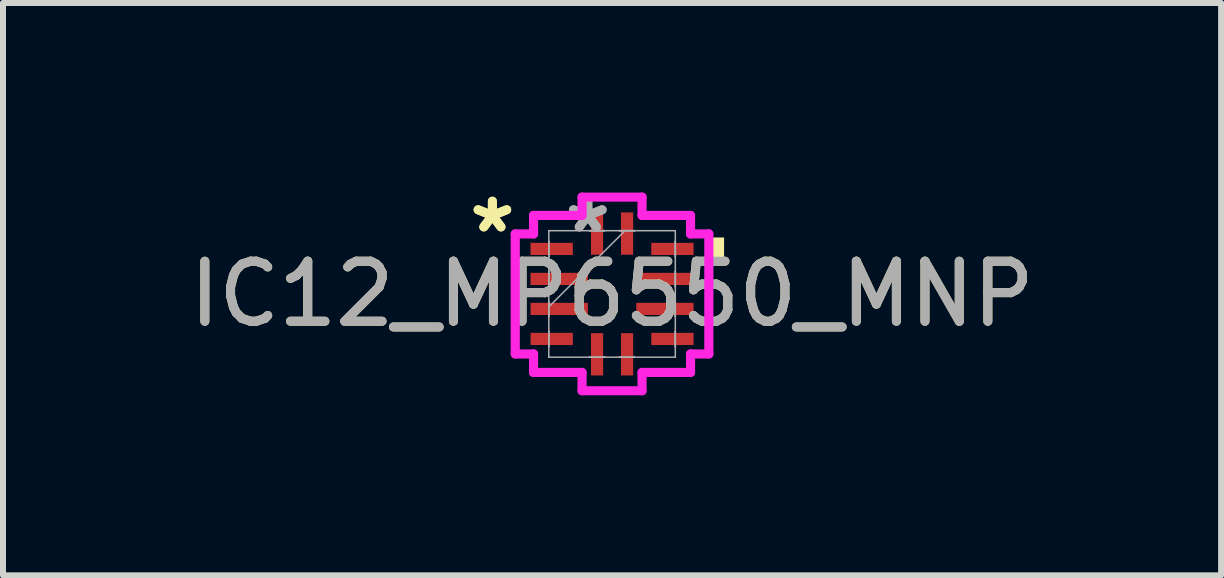
<source format=kicad_pcb>
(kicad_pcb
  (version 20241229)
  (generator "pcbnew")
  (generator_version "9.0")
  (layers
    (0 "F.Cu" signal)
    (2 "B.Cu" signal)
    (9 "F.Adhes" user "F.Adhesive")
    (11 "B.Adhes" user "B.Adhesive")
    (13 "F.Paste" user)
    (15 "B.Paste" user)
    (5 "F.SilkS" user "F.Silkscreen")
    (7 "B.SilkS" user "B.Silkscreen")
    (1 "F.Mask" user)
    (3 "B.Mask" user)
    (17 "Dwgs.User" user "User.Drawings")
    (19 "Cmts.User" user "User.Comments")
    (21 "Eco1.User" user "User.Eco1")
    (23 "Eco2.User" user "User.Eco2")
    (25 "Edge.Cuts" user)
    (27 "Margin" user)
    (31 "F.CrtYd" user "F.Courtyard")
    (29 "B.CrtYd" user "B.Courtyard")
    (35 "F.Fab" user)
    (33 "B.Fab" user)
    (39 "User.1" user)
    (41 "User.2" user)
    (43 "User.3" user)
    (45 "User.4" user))
  (footprint "IC12_MP6550_MNP"
    (layer "F.Cu")
    (at 7.149 1.848)
    (property "Reference" "IC12_MP6550_MNP" (at 0 0 0) (unlocked yes) (layer "F.SilkS") (effects (font (size 1 1) (thickness 0.15))))
    (attr smd)
    (fp_poly (pts (xy 1.867 -0.941) (xy 1.867 -0.56) (xy 1.613 -0.56) (xy 1.613 -0.941)) (stroke (width 0) (type solid)) (fill yes) (layer "F.SilkS"))
    (fp_line (start -1.613 -1) (end -1.308 -1) (stroke (width 0.152) (type solid)) (layer "F.CrtYd"))
    (fp_line (start -1.613 1) (end -1.613 -1) (stroke (width 0.152) (type solid)) (layer "F.CrtYd"))
    (fp_line (start -1.308 -1.308) (end -0.5 -1.308) (stroke (width 0.152) (type solid)) (layer "F.CrtYd"))
    (fp_line (start -1.308 -1) (end -1.308 -1.308) (stroke (width 0.152) (type solid)) (layer "F.CrtYd"))
    (fp_line (start -1.308 1) (end -1.613 1) (stroke (width 0.152) (type solid)) (layer "F.CrtYd"))
    (fp_line (start -1.308 1.308) (end -1.308 1) (stroke (width 0.152) (type solid)) (layer "F.CrtYd"))
    (fp_line (start -0.5 -1.613) (end 0.5 -1.613) (stroke (width 0.152) (type solid)) (layer "F.CrtYd"))
    (fp_line (start -0.5 -1.308) (end -0.5 -1.613) (stroke (width 0.152) (type solid)) (layer "F.CrtYd"))
    (fp_line (start -0.5 1.308) (end -1.308 1.308) (stroke (width 0.152) (type solid)) (layer "F.CrtYd"))
    (fp_line (start -0.5 1.613) (end -0.5 1.308) (stroke (width 0.152) (type solid)) (layer "F.CrtYd"))
    (fp_line (start 0.5 -1.613) (end 0.5 -1.308) (stroke (width 0.152) (type solid)) (layer "F.CrtYd"))
    (fp_line (start 0.5 -1.308) (end 1.308 -1.308) (stroke (width 0.152) (type solid)) (layer "F.CrtYd"))
    (fp_line (start 0.5 1.308) (end 0.5 1.613) (stroke (width 0.152) (type solid)) (layer "F.CrtYd"))
    (fp_line (start 0.5 1.613) (end -0.5 1.613) (stroke (width 0.152) (type solid)) (layer "F.CrtYd"))
    (fp_line (start 1.308 -1.308) (end 1.308 -1) (stroke (width 0.152) (type solid)) (layer "F.CrtYd"))
    (fp_line (start 1.308 -1) (end 1.613 -1) (stroke (width 0.152) (type solid)) (layer "F.CrtYd"))
    (fp_line (start 1.308 1) (end 1.308 1.308) (stroke (width 0.152) (type solid)) (layer "F.CrtYd"))
    (fp_line (start 1.308 1.308) (end 0.5 1.308) (stroke (width 0.152) (type solid)) (layer "F.CrtYd"))
    (fp_line (start 1.613 -1) (end 1.613 1) (stroke (width 0.152) (type solid)) (layer "F.CrtYd"))
    (fp_line (start 1.613 1) (end 1.308 1) (stroke (width 0.152) (type solid)) (layer "F.CrtYd"))
    (fp_line (start -1.054 -1.054) (end -1.054 -1.054) (stroke (width 0.025) (type solid)) (layer "F.Fab"))
    (fp_line (start -1.054 -1.054) (end -1.054 1.054) (stroke (width 0.025) (type solid)) (layer "F.Fab"))
    (fp_line (start -1.054 -0.877) (end -1.054 -0.877) (stroke (width 0.025) (type solid)) (layer "F.Fab"))
    (fp_line (start -1.054 -0.877) (end -1.054 -0.623) (stroke (width 0.025) (type solid)) (layer "F.Fab"))
    (fp_line (start -1.054 -0.623) (end -1.054 -0.877) (stroke (width 0.025) (type solid)) (layer "F.Fab"))
    (fp_line (start -1.054 -0.623) (end -1.054 -0.623) (stroke (width 0.025) (type solid)) (layer "F.Fab"))
    (fp_line (start -1.054 -0.377) (end -1.054 -0.377) (stroke (width 0.025) (type solid)) (layer "F.Fab"))
    (fp_line (start -1.054 -0.377) (end -1.054 -0.123) (stroke (width 0.025) (type solid)) (layer "F.Fab"))
    (fp_line (start -1.054 -0.123) (end -1.054 -0.377) (stroke (width 0.025) (type solid)) (layer "F.Fab"))
    (fp_line (start -1.054 -0.123) (end -1.054 -0.123) (stroke (width 0.025) (type solid)) (layer "F.Fab"))
    (fp_line (start -1.054 0.123) (end -1.054 0.123) (stroke (width 0.025) (type solid)) (layer "F.Fab"))
    (fp_line (start -1.054 0.123) (end -1.054 0.377) (stroke (width 0.025) (type solid)) (layer "F.Fab"))
    (fp_line (start -1.054 0.216) (end 0.216 -1.054) (stroke (width 0.025) (type solid)) (layer "F.Fab"))
    (fp_line (start -1.054 0.377) (end -1.054 0.123) (stroke (width 0.025) (type solid)) (layer "F.Fab"))
    (fp_line (start -1.054 0.377) (end -1.054 0.377) (stroke (width 0.025) (type solid)) (layer "F.Fab"))
    (fp_line (start -1.054 0.623) (end -1.054 0.623) (stroke (width 0.025) (type solid)) (layer "F.Fab"))
    (fp_line (start -1.054 0.623) (end -1.054 0.877) (stroke (width 0.025) (type solid)) (layer "F.Fab"))
    (fp_line (start -1.054 0.877) (end -1.054 0.623) (stroke (width 0.025) (type solid)) (layer "F.Fab"))
    (fp_line (start -1.054 0.877) (end -1.054 0.877) (stroke (width 0.025) (type solid)) (layer "F.Fab"))
    (fp_line (start -1.054 1.054) (end -1.054 1.054) (stroke (width 0.025) (type solid)) (layer "F.Fab"))
    (fp_line (start -1.054 1.054) (end 1.054 1.054) (stroke (width 0.025) (type solid)) (layer "F.Fab"))
    (fp_line (start -0.377 -1.054) (end -0.377 -1.054) (stroke (width 0.025) (type solid)) (layer "F.Fab"))
    (fp_line (start -0.377 -1.054) (end -0.123 -1.054) (stroke (width 0.025) (type solid)) (layer "F.Fab"))
    (fp_line (start -0.377 1.054) (end -0.377 1.054) (stroke (width 0.025) (type solid)) (layer "F.Fab"))
    (fp_line (start -0.377 1.054) (end -0.123 1.054) (stroke (width 0.025) (type solid)) (layer "F.Fab"))
    (fp_line (start -0.123 -1.054) (end -0.377 -1.054) (stroke (width 0.025) (type solid)) (layer "F.Fab"))
    (fp_line (start -0.123 -1.054) (end -0.123 -1.054) (stroke (width 0.025) (type solid)) (layer "F.Fab"))
    (fp_line (start -0.123 1.054) (end -0.377 1.054) (stroke (width 0.025) (type solid)) (layer "F.Fab"))
    (fp_line (start -0.123 1.054) (end -0.123 1.054) (stroke (width 0.025) (type solid)) (layer "F.Fab"))
    (fp_line (start 0.123 -1.054) (end 0.123 -1.054) (stroke (width 0.025) (type solid)) (layer "F.Fab"))
    (fp_line (start 0.123 -1.054) (end 0.377 -1.054) (stroke (width 0.025) (type solid)) (layer "F.Fab"))
    (fp_line (start 0.123 1.054) (end 0.123 1.054) (stroke (width 0.025) (type solid)) (layer "F.Fab"))
    (fp_line (start 0.123 1.054) (end 0.377 1.054) (stroke (width 0.025) (type solid)) (layer "F.Fab"))
    (fp_line (start 0.377 -1.054) (end 0.123 -1.054) (stroke (width 0.025) (type solid)) (layer "F.Fab"))
    (fp_line (start 0.377 -1.054) (end 0.377 -1.054) (stroke (width 0.025) (type solid)) (layer "F.Fab"))
    (fp_line (start 0.377 1.054) (end 0.123 1.054) (stroke (width 0.025) (type solid)) (layer "F.Fab"))
    (fp_line (start 0.377 1.054) (end 0.377 1.054) (stroke (width 0.025) (type solid)) (layer "F.Fab"))
    (fp_line (start 1.054 -1.054) (end -1.054 -1.054) (stroke (width 0.025) (type solid)) (layer "F.Fab"))
    (fp_line (start 1.054 -1.054) (end 1.054 -1.054) (stroke (width 0.025) (type solid)) (layer "F.Fab"))
    (fp_line (start 1.054 -0.877) (end 1.054 -0.877) (stroke (width 0.025) (type solid)) (layer "F.Fab"))
    (fp_line (start 1.054 -0.877) (end 1.054 -0.623) (stroke (width 0.025) (type solid)) (layer "F.Fab"))
    (fp_line (start 1.054 -0.623) (end 1.054 -0.877) (stroke (width 0.025) (type solid)) (layer "F.Fab"))
    (fp_line (start 1.054 -0.623) (end 1.054 -0.623) (stroke (width 0.025) (type solid)) (layer "F.Fab"))
    (fp_line (start 1.054 -0.377) (end 1.054 -0.377) (stroke (width 0.025) (type solid)) (layer "F.Fab"))
    (fp_line (start 1.054 -0.377) (end 1.054 -0.123) (stroke (width 0.025) (type solid)) (layer "F.Fab"))
    (fp_line (start 1.054 -0.123) (end 1.054 -0.377) (stroke (width 0.025) (type solid)) (layer "F.Fab"))
    (fp_line (start 1.054 -0.123) (end 1.054 -0.123) (stroke (width 0.025) (type solid)) (layer "F.Fab"))
    (fp_line (start 1.054 0.123) (end 1.054 0.123) (stroke (width 0.025) (type solid)) (layer "F.Fab"))
    (fp_line (start 1.054 0.123) (end 1.054 0.377) (stroke (width 0.025) (type solid)) (layer "F.Fab"))
    (fp_line (start 1.054 0.377) (end 1.054 0.123) (stroke (width 0.025) (type solid)) (layer "F.Fab"))
    (fp_line (start 1.054 0.377) (end 1.054 0.377) (stroke (width 0.025) (type solid)) (layer "F.Fab"))
    (fp_line (start 1.054 0.623) (end 1.054 0.623) (stroke (width 0.025) (type solid)) (layer "F.Fab"))
    (fp_line (start 1.054 0.623) (end 1.054 0.877) (stroke (width 0.025) (type solid)) (layer "F.Fab"))
    (fp_line (start 1.054 0.877) (end 1.054 0.623) (stroke (width 0.025) (type solid)) (layer "F.Fab"))
    (fp_line (start 1.054 0.877) (end 1.054 0.877) (stroke (width 0.025) (type solid)) (layer "F.Fab"))
    (fp_line (start 1.054 1.054) (end 1.054 -1.054) (stroke (width 0.025) (type solid)) (layer "F.Fab"))
    (fp_line (start 1.054 1.054) (end 1.054 1.054) (stroke (width 0.025) (type solid)) (layer "F.Fab"))
    (fp_text user "*" (at -1.994 -1 0) (layer "F.SilkS") (effects (font (size 1 1) (thickness 0.15))))
    (fp_text user "*" (at -1.994 -1 0) (unlocked yes) (layer "F.SilkS") (effects (font (size 1 1) (thickness 0.15))))
    (fp_text user "*" (at -0.404 -1 0) (layer "F.Fab") (effects (font (size 1 1) (thickness 0.15))))
    (fp_text user "*" (at -0.404 -1 0) (unlocked yes) (layer "F.Fab") (effects (font (size 1 1) (thickness 0.15))))
    (fp_text user "${REFERENCE}" (at 0 0 0) (unlocked yes) (layer "F.Fab") (effects (font (size 1 1) (thickness 0.15))))
    (pad "1" smd rect (at -1.006 -0.75 90) (size 0.203 0.705) (layers "F.Cu" "F.Mask" "F.Paste"))
    (pad "2" smd rect (at -0.881 -0.25 90) (size 0.203 0.955) (layers "F.Cu" "F.Mask" "F.Paste"))
    (pad "3" smd rect (at -0.881 0.25 90) (size 0.203 0.955) (layers "F.Cu" "F.Mask" "F.Paste"))
    (pad "4" smd rect (at -1.006 0.75 90) (size 0.203 0.705) (layers "F.Cu" "F.Mask" "F.Paste"))
    (pad "5" smd rect (at -0.25 1.006) (size 0.203 0.705) (layers "F.Cu" "F.Mask" "F.Paste"))
    (pad "6" smd rect (at 0.25 1.006) (size 0.203 0.705) (layers "F.Cu" "F.Mask" "F.Paste"))
    (pad "7" smd rect (at 1.006 0.75 90) (size 0.203 0.705) (layers "F.Cu" "F.Mask" "F.Paste"))
    (pad "8" smd rect (at 0.881 0.25 90) (size 0.203 0.955) (layers "F.Cu" "F.Mask" "F.Paste"))
    (pad "9" smd rect (at 0.881 -0.25 90) (size 0.203 0.955) (layers "F.Cu" "F.Mask" "F.Paste"))
    (pad "10" smd rect (at 1.006 -0.75 90) (size 0.203 0.705) (layers "F.Cu" "F.Mask" "F.Paste"))
    (pad "11" smd rect (at 0.25 -1.006) (size 0.203 0.705) (layers "F.Cu" "F.Mask" "F.Paste"))
    (pad "12" smd rect (at -0.25 -1.006) (size 0.203 0.705) (layers "F.Cu" "F.Mask" "F.Paste")))
  (gr_rect
    (start -3 -3)
    (end 17.298 6.537)
    (stroke (width 0.1) (type default))
    (fill no)
    (layer "Edge.Cuts")))
</source>
